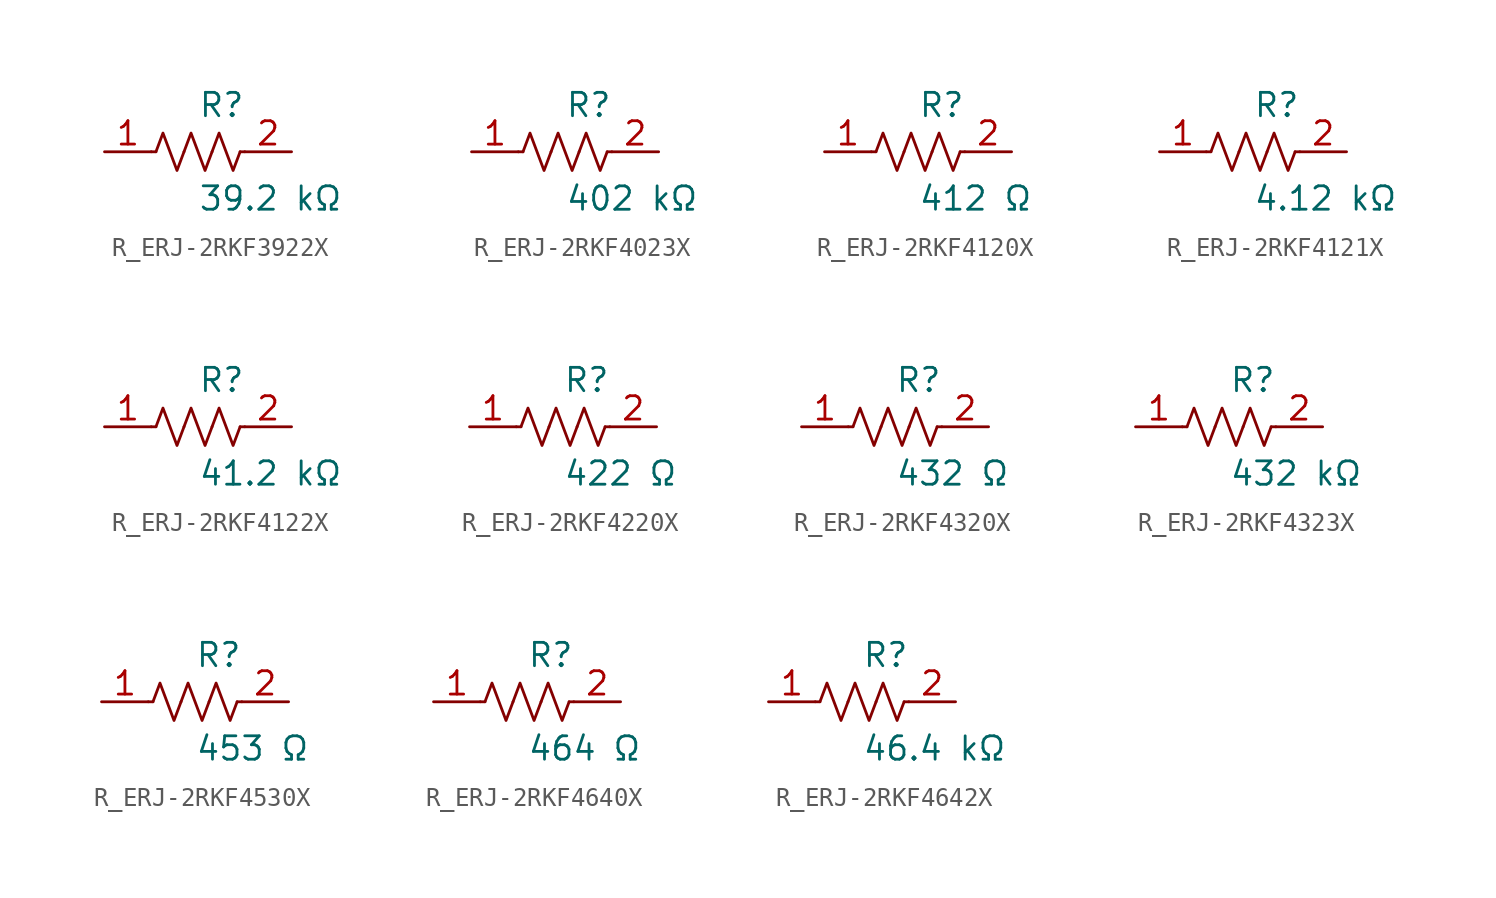
<source format=kicad_sym>
(kicad_symbol_lib
  (version 20231120)
  (generator kicad_symbol_editor)
  (generator_version 8.0)
  (symbol "R_ERJ-2RKF3922X"
    (pin_names
      (offset 0.254))
    (property "Reference" "R"
      (at 0.0 2.54 0)
      (effects (font (size 1.27 1.27)) (justify left)))
    (property "Value" "39.2 kΩ"
      (at 0.0 -2.54 0)
      (effects (font (size 1.27 1.27)) (justify left)))
    (symbol "R_ERJ-2RKF3922X_0_1"
      (polyline (pts (xy 2.286 0) (xy 2.54 0)) (stroke (width 0) (type default)) (fill (type none)))
      (polyline (pts (xy -2.286 0) (xy -2.54 0)) (stroke (width 0) (type default)) (fill (type none)))
      (polyline (pts (xy 0.762 0) (xy 1.143 1.016) (xy 1.524 0) (xy 1.905 -1.016) (xy 2.286 0)) (stroke (width 0) (type default)) (fill (type none)))
      (polyline (pts (xy -0.762 0) (xy -0.381 1.016) (xy 0 0) (xy 0.381 -1.016) (xy 0.762 0)) (stroke (width 0) (type default)) (fill (type none)))
      (polyline (pts (xy -2.286 0) (xy -1.905 1.016) (xy -1.524 0) (xy -1.143 -1.016) (xy -0.762 0)) (stroke (width 0) (type default)) (fill (type none))))
    (pin unspecified line
      (at -5.08 0 0)
      (length 2.54)
      (name "" (effects (font (size 1.27 1.27))))
      (number "1" (effects (font (size 1.27 1.27)))))
    (pin unspecified line
      (at 5.08 0 180)
      (length 2.54)
      (name "" (effects (font (size 1.27 1.27))))
      (number "2" (effects (font (size 1.27 1.27))))))
  (symbol "R_ERJ-2RKF4023X"
    (pin_names
      (offset 0.254))
    (property "Reference" "R"
      (at 0.0 2.54 0)
      (effects (font (size 1.27 1.27)) (justify left)))
    (property "Value" "402 kΩ"
      (at 0.0 -2.54 0)
      (effects (font (size 1.27 1.27)) (justify left)))
    (symbol "R_ERJ-2RKF4023X_0_1"
      (polyline (pts (xy 2.286 0) (xy 2.54 0)) (stroke (width 0) (type default)) (fill (type none)))
      (polyline (pts (xy -2.286 0) (xy -2.54 0)) (stroke (width 0) (type default)) (fill (type none)))
      (polyline (pts (xy 0.762 0) (xy 1.143 1.016) (xy 1.524 0) (xy 1.905 -1.016) (xy 2.286 0)) (stroke (width 0) (type default)) (fill (type none)))
      (polyline (pts (xy -0.762 0) (xy -0.381 1.016) (xy 0 0) (xy 0.381 -1.016) (xy 0.762 0)) (stroke (width 0) (type default)) (fill (type none)))
      (polyline (pts (xy -2.286 0) (xy -1.905 1.016) (xy -1.524 0) (xy -1.143 -1.016) (xy -0.762 0)) (stroke (width 0) (type default)) (fill (type none))))
    (pin unspecified line
      (at -5.08 0 0)
      (length 2.54)
      (name "" (effects (font (size 1.27 1.27))))
      (number "1" (effects (font (size 1.27 1.27)))))
    (pin unspecified line
      (at 5.08 0 180)
      (length 2.54)
      (name "" (effects (font (size 1.27 1.27))))
      (number "2" (effects (font (size 1.27 1.27))))))
  (symbol "R_ERJ-2RKF4120X"
    (pin_names
      (offset 0.254))
    (property "Reference" "R"
      (at 0.0 2.54 0)
      (effects (font (size 1.27 1.27)) (justify left)))
    (property "Value" "412 Ω"
      (at 0.0 -2.54 0)
      (effects (font (size 1.27 1.27)) (justify left)))
    (symbol "R_ERJ-2RKF4120X_0_1"
      (polyline (pts (xy 2.286 0) (xy 2.54 0)) (stroke (width 0) (type default)) (fill (type none)))
      (polyline (pts (xy -2.286 0) (xy -2.54 0)) (stroke (width 0) (type default)) (fill (type none)))
      (polyline (pts (xy 0.762 0) (xy 1.143 1.016) (xy 1.524 0) (xy 1.905 -1.016) (xy 2.286 0)) (stroke (width 0) (type default)) (fill (type none)))
      (polyline (pts (xy -0.762 0) (xy -0.381 1.016) (xy 0 0) (xy 0.381 -1.016) (xy 0.762 0)) (stroke (width 0) (type default)) (fill (type none)))
      (polyline (pts (xy -2.286 0) (xy -1.905 1.016) (xy -1.524 0) (xy -1.143 -1.016) (xy -0.762 0)) (stroke (width 0) (type default)) (fill (type none))))
    (pin unspecified line
      (at -5.08 0 0)
      (length 2.54)
      (name "" (effects (font (size 1.27 1.27))))
      (number "1" (effects (font (size 1.27 1.27)))))
    (pin unspecified line
      (at 5.08 0 180)
      (length 2.54)
      (name "" (effects (font (size 1.27 1.27))))
      (number "2" (effects (font (size 1.27 1.27))))))
  (symbol "R_ERJ-2RKF4121X"
    (pin_names
      (offset 0.254))
    (property "Reference" "R"
      (at 0.0 2.54 0)
      (effects (font (size 1.27 1.27)) (justify left)))
    (property "Value" "4.12 kΩ"
      (at 0.0 -2.54 0)
      (effects (font (size 1.27 1.27)) (justify left)))
    (symbol "R_ERJ-2RKF4121X_0_1"
      (polyline (pts (xy 2.286 0) (xy 2.54 0)) (stroke (width 0) (type default)) (fill (type none)))
      (polyline (pts (xy -2.286 0) (xy -2.54 0)) (stroke (width 0) (type default)) (fill (type none)))
      (polyline (pts (xy 0.762 0) (xy 1.143 1.016) (xy 1.524 0) (xy 1.905 -1.016) (xy 2.286 0)) (stroke (width 0) (type default)) (fill (type none)))
      (polyline (pts (xy -0.762 0) (xy -0.381 1.016) (xy 0 0) (xy 0.381 -1.016) (xy 0.762 0)) (stroke (width 0) (type default)) (fill (type none)))
      (polyline (pts (xy -2.286 0) (xy -1.905 1.016) (xy -1.524 0) (xy -1.143 -1.016) (xy -0.762 0)) (stroke (width 0) (type default)) (fill (type none))))
    (pin unspecified line
      (at -5.08 0 0)
      (length 2.54)
      (name "" (effects (font (size 1.27 1.27))))
      (number "1" (effects (font (size 1.27 1.27)))))
    (pin unspecified line
      (at 5.08 0 180)
      (length 2.54)
      (name "" (effects (font (size 1.27 1.27))))
      (number "2" (effects (font (size 1.27 1.27))))))
  (symbol "R_ERJ-2RKF4122X"
    (pin_names
      (offset 0.254))
    (property "Reference" "R"
      (at 0.0 2.54 0)
      (effects (font (size 1.27 1.27)) (justify left)))
    (property "Value" "41.2 kΩ"
      (at 0.0 -2.54 0)
      (effects (font (size 1.27 1.27)) (justify left)))
    (symbol "R_ERJ-2RKF4122X_0_1"
      (polyline (pts (xy 2.286 0) (xy 2.54 0)) (stroke (width 0) (type default)) (fill (type none)))
      (polyline (pts (xy -2.286 0) (xy -2.54 0)) (stroke (width 0) (type default)) (fill (type none)))
      (polyline (pts (xy 0.762 0) (xy 1.143 1.016) (xy 1.524 0) (xy 1.905 -1.016) (xy 2.286 0)) (stroke (width 0) (type default)) (fill (type none)))
      (polyline (pts (xy -0.762 0) (xy -0.381 1.016) (xy 0 0) (xy 0.381 -1.016) (xy 0.762 0)) (stroke (width 0) (type default)) (fill (type none)))
      (polyline (pts (xy -2.286 0) (xy -1.905 1.016) (xy -1.524 0) (xy -1.143 -1.016) (xy -0.762 0)) (stroke (width 0) (type default)) (fill (type none))))
    (pin unspecified line
      (at -5.08 0 0)
      (length 2.54)
      (name "" (effects (font (size 1.27 1.27))))
      (number "1" (effects (font (size 1.27 1.27)))))
    (pin unspecified line
      (at 5.08 0 180)
      (length 2.54)
      (name "" (effects (font (size 1.27 1.27))))
      (number "2" (effects (font (size 1.27 1.27))))))
  (symbol "R_ERJ-2RKF4220X"
    (pin_names
      (offset 0.254))
    (property "Reference" "R"
      (at 0.0 2.54 0)
      (effects (font (size 1.27 1.27)) (justify left)))
    (property "Value" "422 Ω"
      (at 0.0 -2.54 0)
      (effects (font (size 1.27 1.27)) (justify left)))
    (symbol "R_ERJ-2RKF4220X_0_1"
      (polyline (pts (xy 2.286 0) (xy 2.54 0)) (stroke (width 0) (type default)) (fill (type none)))
      (polyline (pts (xy -2.286 0) (xy -2.54 0)) (stroke (width 0) (type default)) (fill (type none)))
      (polyline (pts (xy 0.762 0) (xy 1.143 1.016) (xy 1.524 0) (xy 1.905 -1.016) (xy 2.286 0)) (stroke (width 0) (type default)) (fill (type none)))
      (polyline (pts (xy -0.762 0) (xy -0.381 1.016) (xy 0 0) (xy 0.381 -1.016) (xy 0.762 0)) (stroke (width 0) (type default)) (fill (type none)))
      (polyline (pts (xy -2.286 0) (xy -1.905 1.016) (xy -1.524 0) (xy -1.143 -1.016) (xy -0.762 0)) (stroke (width 0) (type default)) (fill (type none))))
    (pin unspecified line
      (at -5.08 0 0)
      (length 2.54)
      (name "" (effects (font (size 1.27 1.27))))
      (number "1" (effects (font (size 1.27 1.27)))))
    (pin unspecified line
      (at 5.08 0 180)
      (length 2.54)
      (name "" (effects (font (size 1.27 1.27))))
      (number "2" (effects (font (size 1.27 1.27))))))
  (symbol "R_ERJ-2RKF4320X"
    (pin_names
      (offset 0.254))
    (property "Reference" "R"
      (at 0.0 2.54 0)
      (effects (font (size 1.27 1.27)) (justify left)))
    (property "Value" "432 Ω"
      (at 0.0 -2.54 0)
      (effects (font (size 1.27 1.27)) (justify left)))
    (symbol "R_ERJ-2RKF4320X_0_1"
      (polyline (pts (xy 2.286 0) (xy 2.54 0)) (stroke (width 0) (type default)) (fill (type none)))
      (polyline (pts (xy -2.286 0) (xy -2.54 0)) (stroke (width 0) (type default)) (fill (type none)))
      (polyline (pts (xy 0.762 0) (xy 1.143 1.016) (xy 1.524 0) (xy 1.905 -1.016) (xy 2.286 0)) (stroke (width 0) (type default)) (fill (type none)))
      (polyline (pts (xy -0.762 0) (xy -0.381 1.016) (xy 0 0) (xy 0.381 -1.016) (xy 0.762 0)) (stroke (width 0) (type default)) (fill (type none)))
      (polyline (pts (xy -2.286 0) (xy -1.905 1.016) (xy -1.524 0) (xy -1.143 -1.016) (xy -0.762 0)) (stroke (width 0) (type default)) (fill (type none))))
    (pin unspecified line
      (at -5.08 0 0)
      (length 2.54)
      (name "" (effects (font (size 1.27 1.27))))
      (number "1" (effects (font (size 1.27 1.27)))))
    (pin unspecified line
      (at 5.08 0 180)
      (length 2.54)
      (name "" (effects (font (size 1.27 1.27))))
      (number "2" (effects (font (size 1.27 1.27))))))
  (symbol "R_ERJ-2RKF4323X"
    (pin_names
      (offset 0.254))
    (property "Reference" "R"
      (at 0.0 2.54 0)
      (effects (font (size 1.27 1.27)) (justify left)))
    (property "Value" "432 kΩ"
      (at 0.0 -2.54 0)
      (effects (font (size 1.27 1.27)) (justify left)))
    (symbol "R_ERJ-2RKF4323X_0_1"
      (polyline (pts (xy 2.286 0) (xy 2.54 0)) (stroke (width 0) (type default)) (fill (type none)))
      (polyline (pts (xy -2.286 0) (xy -2.54 0)) (stroke (width 0) (type default)) (fill (type none)))
      (polyline (pts (xy 0.762 0) (xy 1.143 1.016) (xy 1.524 0) (xy 1.905 -1.016) (xy 2.286 0)) (stroke (width 0) (type default)) (fill (type none)))
      (polyline (pts (xy -0.762 0) (xy -0.381 1.016) (xy 0 0) (xy 0.381 -1.016) (xy 0.762 0)) (stroke (width 0) (type default)) (fill (type none)))
      (polyline (pts (xy -2.286 0) (xy -1.905 1.016) (xy -1.524 0) (xy -1.143 -1.016) (xy -0.762 0)) (stroke (width 0) (type default)) (fill (type none))))
    (pin unspecified line
      (at -5.08 0 0)
      (length 2.54)
      (name "" (effects (font (size 1.27 1.27))))
      (number "1" (effects (font (size 1.27 1.27)))))
    (pin unspecified line
      (at 5.08 0 180)
      (length 2.54)
      (name "" (effects (font (size 1.27 1.27))))
      (number "2" (effects (font (size 1.27 1.27))))))
  (symbol "R_ERJ-2RKF4530X"
    (pin_names
      (offset 0.254))
    (property "Reference" "R"
      (at 0.0 2.54 0)
      (effects (font (size 1.27 1.27)) (justify left)))
    (property "Value" "453 Ω"
      (at 0.0 -2.54 0)
      (effects (font (size 1.27 1.27)) (justify left)))
    (symbol "R_ERJ-2RKF4530X_0_1"
      (polyline (pts (xy 2.286 0) (xy 2.54 0)) (stroke (width 0) (type default)) (fill (type none)))
      (polyline (pts (xy -2.286 0) (xy -2.54 0)) (stroke (width 0) (type default)) (fill (type none)))
      (polyline (pts (xy 0.762 0) (xy 1.143 1.016) (xy 1.524 0) (xy 1.905 -1.016) (xy 2.286 0)) (stroke (width 0) (type default)) (fill (type none)))
      (polyline (pts (xy -0.762 0) (xy -0.381 1.016) (xy 0 0) (xy 0.381 -1.016) (xy 0.762 0)) (stroke (width 0) (type default)) (fill (type none)))
      (polyline (pts (xy -2.286 0) (xy -1.905 1.016) (xy -1.524 0) (xy -1.143 -1.016) (xy -0.762 0)) (stroke (width 0) (type default)) (fill (type none))))
    (pin unspecified line
      (at -5.08 0 0)
      (length 2.54)
      (name "" (effects (font (size 1.27 1.27))))
      (number "1" (effects (font (size 1.27 1.27)))))
    (pin unspecified line
      (at 5.08 0 180)
      (length 2.54)
      (name "" (effects (font (size 1.27 1.27))))
      (number "2" (effects (font (size 1.27 1.27))))))
  (symbol "R_ERJ-2RKF4640X"
    (pin_names
      (offset 0.254))
    (property "Reference" "R"
      (at 0.0 2.54 0)
      (effects (font (size 1.27 1.27)) (justify left)))
    (property "Value" "464 Ω"
      (at 0.0 -2.54 0)
      (effects (font (size 1.27 1.27)) (justify left)))
    (symbol "R_ERJ-2RKF4640X_0_1"
      (polyline (pts (xy 2.286 0) (xy 2.54 0)) (stroke (width 0) (type default)) (fill (type none)))
      (polyline (pts (xy -2.286 0) (xy -2.54 0)) (stroke (width 0) (type default)) (fill (type none)))
      (polyline (pts (xy 0.762 0) (xy 1.143 1.016) (xy 1.524 0) (xy 1.905 -1.016) (xy 2.286 0)) (stroke (width 0) (type default)) (fill (type none)))
      (polyline (pts (xy -0.762 0) (xy -0.381 1.016) (xy 0 0) (xy 0.381 -1.016) (xy 0.762 0)) (stroke (width 0) (type default)) (fill (type none)))
      (polyline (pts (xy -2.286 0) (xy -1.905 1.016) (xy -1.524 0) (xy -1.143 -1.016) (xy -0.762 0)) (stroke (width 0) (type default)) (fill (type none))))
    (pin unspecified line
      (at -5.08 0 0)
      (length 2.54)
      (name "" (effects (font (size 1.27 1.27))))
      (number "1" (effects (font (size 1.27 1.27)))))
    (pin unspecified line
      (at 5.08 0 180)
      (length 2.54)
      (name "" (effects (font (size 1.27 1.27))))
      (number "2" (effects (font (size 1.27 1.27))))))
  (symbol "R_ERJ-2RKF4642X"
    (pin_names
      (offset 0.254))
    (property "Reference" "R"
      (at 0.0 2.54 0)
      (effects (font (size 1.27 1.27)) (justify left)))
    (property "Value" "46.4 kΩ"
      (at 0.0 -2.54 0)
      (effects (font (size 1.27 1.27)) (justify left)))
    (symbol "R_ERJ-2RKF4642X_0_1"
      (polyline (pts (xy 2.286 0) (xy 2.54 0)) (stroke (width 0) (type default)) (fill (type none)))
      (polyline (pts (xy -2.286 0) (xy -2.54 0)) (stroke (width 0) (type default)) (fill (type none)))
      (polyline (pts (xy 0.762 0) (xy 1.143 1.016) (xy 1.524 0) (xy 1.905 -1.016) (xy 2.286 0)) (stroke (width 0) (type default)) (fill (type none)))
      (polyline (pts (xy -0.762 0) (xy -0.381 1.016) (xy 0 0) (xy 0.381 -1.016) (xy 0.762 0)) (stroke (width 0) (type default)) (fill (type none)))
      (polyline (pts (xy -2.286 0) (xy -1.905 1.016) (xy -1.524 0) (xy -1.143 -1.016) (xy -0.762 0)) (stroke (width 0) (type default)) (fill (type none))))
    (pin unspecified line
      (at -5.08 0 0)
      (length 2.54)
      (name "" (effects (font (size 1.27 1.27))))
      (number "1" (effects (font (size 1.27 1.27)))))
    (pin unspecified line
      (at 5.08 0 180)
      (length 2.54)
      (name "" (effects (font (size 1.27 1.27))))
      (number "2" (effects (font (size 1.27 1.27)))))))
</source>
